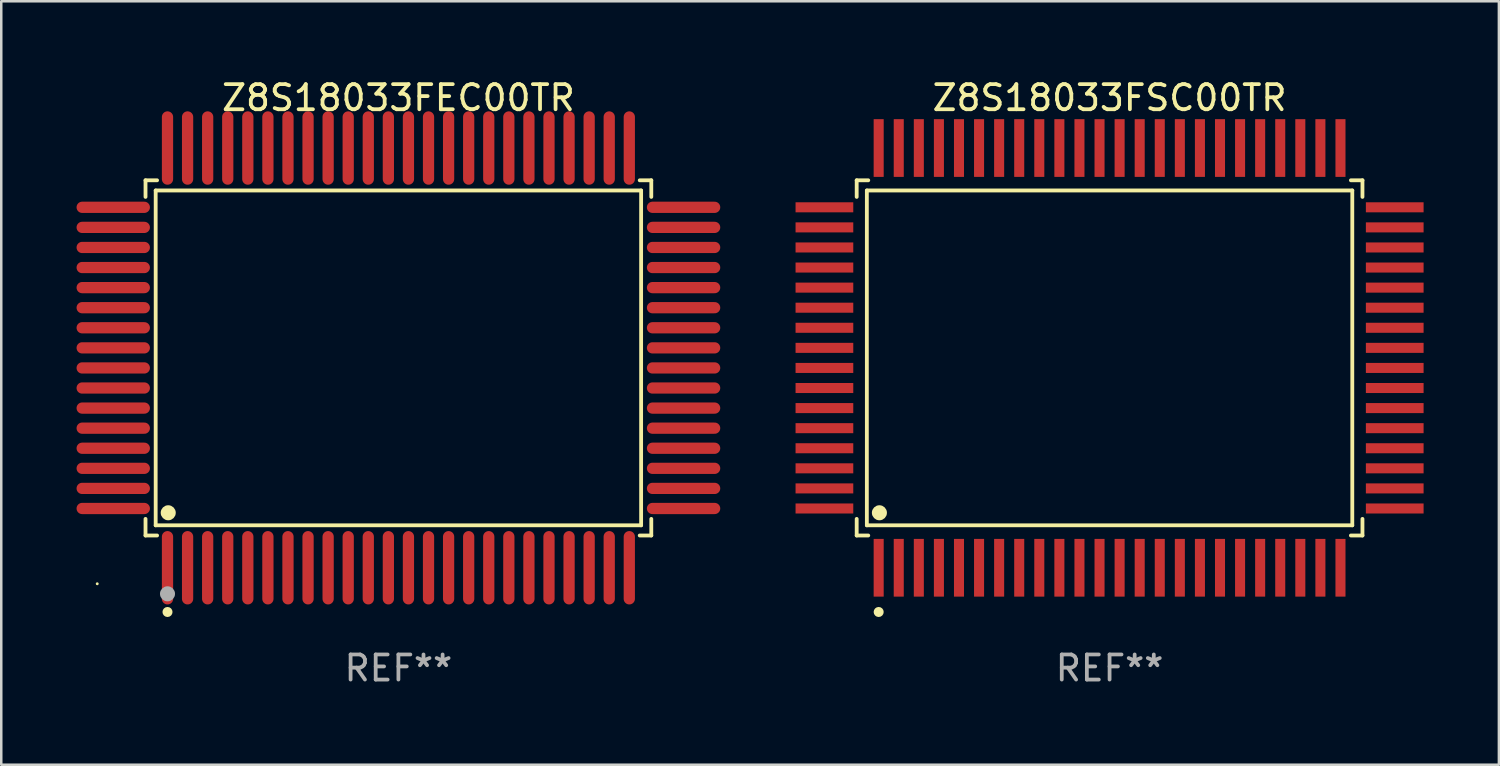
<source format=kicad_pcb>
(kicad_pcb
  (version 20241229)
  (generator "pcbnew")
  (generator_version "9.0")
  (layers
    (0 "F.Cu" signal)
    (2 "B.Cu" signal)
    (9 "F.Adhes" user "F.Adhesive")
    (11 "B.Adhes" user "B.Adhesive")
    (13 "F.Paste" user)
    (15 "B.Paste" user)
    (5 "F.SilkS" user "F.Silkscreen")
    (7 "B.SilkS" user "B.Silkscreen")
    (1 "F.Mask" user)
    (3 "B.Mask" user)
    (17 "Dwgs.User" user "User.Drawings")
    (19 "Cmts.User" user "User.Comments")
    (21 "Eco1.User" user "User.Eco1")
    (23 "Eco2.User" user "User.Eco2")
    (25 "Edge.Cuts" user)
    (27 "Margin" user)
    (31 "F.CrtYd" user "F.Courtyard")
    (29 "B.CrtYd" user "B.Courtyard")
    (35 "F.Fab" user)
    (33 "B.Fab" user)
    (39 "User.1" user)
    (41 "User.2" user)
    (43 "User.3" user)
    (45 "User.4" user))
  (footprint "Z8S18033FSC00TR"
    (layer "F.Cu")
    (at 41.16 11.21)
    (property "Reference" "Z8S18033FSC00TR" (at 0 -10.362 0) (layer "F.SilkS") (effects (font (size 1 1) (thickness 0.15))))
    (attr through_hole)
    (fp_line (start -10.076 -7.076) (end -9.615 -7.076) (stroke (width 0.152) (type solid)) (layer "F.SilkS"))
    (fp_line (start -10.076 -6.415) (end -10.076 -7.076) (stroke (width 0.152) (type solid)) (layer "F.SilkS"))
    (fp_line (start -10.076 6.415) (end -10.076 7.076) (stroke (width 0.152) (type solid)) (layer "F.SilkS"))
    (fp_line (start -10.076 7.076) (end -9.615 7.076) (stroke (width 0.152) (type solid)) (layer "F.SilkS"))
    (fp_line (start -9.671 -6.671) (end 9.671 -6.671) (stroke (width 0.152) (type solid)) (layer "F.SilkS"))
    (fp_line (start -9.671 6.671) (end -9.671 -6.671) (stroke (width 0.152) (type solid)) (layer "F.SilkS"))
    (fp_line (start 9.671 -6.671) (end 9.671 6.671) (stroke (width 0.152) (type solid)) (layer "F.SilkS"))
    (fp_line (start 9.671 6.671) (end -9.671 6.671) (stroke (width 0.152) (type solid)) (layer "F.SilkS"))
    (fp_line (start 10.076 -7.076) (end 9.615 -7.076) (stroke (width 0.152) (type solid)) (layer "F.SilkS"))
    (fp_line (start 10.076 -6.415) (end 10.076 -7.076) (stroke (width 0.152) (type solid)) (layer "F.SilkS"))
    (fp_line (start 10.076 6.415) (end 10.076 7.076) (stroke (width 0.152) (type solid)) (layer "F.SilkS"))
    (fp_line (start 10.076 7.076) (end 9.615 7.076) (stroke (width 0.152) (type solid)) (layer "F.SilkS"))
    (fp_circle (center -9.2 10.124) (end -9.1 10.124) (stroke (width 0.2) (type solid)) (fill no) (layer "F.SilkS"))
    (fp_circle (center -9.171 6.171) (end -9.021 6.171) (stroke (width 0.3) (type solid)) (fill no) (layer "F.SilkS"))
    (fp_text user "REF**" (at 0 12.362 0) (layer "F.Fab") (effects (font (size 1 1) (thickness 0.15))))
    (pad "1" smd rect (at -9.2 8.362) (size 0.4 2.3) (layers "F.Cu" "F.Mask" "F.Paste"))
    (pad "2" smd rect (at -8.4 8.362) (size 0.4 2.3) (layers "F.Cu" "F.Mask" "F.Paste"))
    (pad "3" smd rect (at -7.6 8.362) (size 0.4 2.3) (layers "F.Cu" "F.Mask" "F.Paste"))
    (pad "4" smd rect (at -6.8 8.362) (size 0.4 2.3) (layers "F.Cu" "F.Mask" "F.Paste"))
    (pad "5" smd rect (at -6 8.362) (size 0.4 2.3) (layers "F.Cu" "F.Mask" "F.Paste"))
    (pad "6" smd rect (at -5.2 8.362) (size 0.4 2.3) (layers "F.Cu" "F.Mask" "F.Paste"))
    (pad "7" smd rect (at -4.4 8.362) (size 0.4 2.3) (layers "F.Cu" "F.Mask" "F.Paste"))
    (pad "8" smd rect (at -3.6 8.362) (size 0.4 2.3) (layers "F.Cu" "F.Mask" "F.Paste"))
    (pad "9" smd rect (at -2.8 8.362) (size 0.4 2.3) (layers "F.Cu" "F.Mask" "F.Paste"))
    (pad "10" smd rect (at -2 8.362) (size 0.4 2.3) (layers "F.Cu" "F.Mask" "F.Paste"))
    (pad "11" smd rect (at -1.2 8.362) (size 0.4 2.3) (layers "F.Cu" "F.Mask" "F.Paste"))
    (pad "12" smd rect (at -0.4 8.362) (size 0.4 2.3) (layers "F.Cu" "F.Mask" "F.Paste"))
    (pad "13" smd rect (at 0.4 8.362) (size 0.4 2.3) (layers "F.Cu" "F.Mask" "F.Paste"))
    (pad "14" smd rect (at 1.2 8.362) (size 0.4 2.3) (layers "F.Cu" "F.Mask" "F.Paste"))
    (pad "15" smd rect (at 2 8.362) (size 0.4 2.3) (layers "F.Cu" "F.Mask" "F.Paste"))
    (pad "16" smd rect (at 2.8 8.362) (size 0.4 2.3) (layers "F.Cu" "F.Mask" "F.Paste"))
    (pad "17" smd rect (at 3.6 8.362) (size 0.4 2.3) (layers "F.Cu" "F.Mask" "F.Paste"))
    (pad "18" smd rect (at 4.4 8.362) (size 0.4 2.3) (layers "F.Cu" "F.Mask" "F.Paste"))
    (pad "19" smd rect (at 5.2 8.362) (size 0.4 2.3) (layers "F.Cu" "F.Mask" "F.Paste"))
    (pad "20" smd rect (at 6 8.362) (size 0.4 2.3) (layers "F.Cu" "F.Mask" "F.Paste"))
    (pad "21" smd rect (at 6.8 8.362) (size 0.4 2.3) (layers "F.Cu" "F.Mask" "F.Paste"))
    (pad "22" smd rect (at 7.6 8.362) (size 0.4 2.3) (layers "F.Cu" "F.Mask" "F.Paste"))
    (pad "23" smd rect (at 8.4 8.362) (size 0.4 2.3) (layers "F.Cu" "F.Mask" "F.Paste"))
    (pad "24" smd rect (at 9.2 8.362) (size 0.4 2.3) (layers "F.Cu" "F.Mask" "F.Paste"))
    (pad "25" smd rect (at 11.362 6) (size 2.3 0.4) (layers "F.Cu" "F.Mask" "F.Paste"))
    (pad "26" smd rect (at 11.362 5.2) (size 2.3 0.4) (layers "F.Cu" "F.Mask" "F.Paste"))
    (pad "27" smd rect (at 11.362 4.4) (size 2.3 0.4) (layers "F.Cu" "F.Mask" "F.Paste"))
    (pad "28" smd rect (at 11.362 3.6) (size 2.3 0.4) (layers "F.Cu" "F.Mask" "F.Paste"))
    (pad "29" smd rect (at 11.362 2.8) (size 2.3 0.4) (layers "F.Cu" "F.Mask" "F.Paste"))
    (pad "30" smd rect (at 11.362 2) (size 2.3 0.4) (layers "F.Cu" "F.Mask" "F.Paste"))
    (pad "31" smd rect (at 11.362 1.2) (size 2.3 0.4) (layers "F.Cu" "F.Mask" "F.Paste"))
    (pad "32" smd rect (at 11.362 0.4) (size 2.3 0.4) (layers "F.Cu" "F.Mask" "F.Paste"))
    (pad "33" smd rect (at 11.362 -0.4) (size 2.3 0.4) (layers "F.Cu" "F.Mask" "F.Paste"))
    (pad "34" smd rect (at 11.362 -1.2) (size 2.3 0.4) (layers "F.Cu" "F.Mask" "F.Paste"))
    (pad "35" smd rect (at 11.362 -2) (size 2.3 0.4) (layers "F.Cu" "F.Mask" "F.Paste"))
    (pad "36" smd rect (at 11.362 -2.8) (size 2.3 0.4) (layers "F.Cu" "F.Mask" "F.Paste"))
    (pad "37" smd rect (at 11.362 -3.6) (size 2.3 0.4) (layers "F.Cu" "F.Mask" "F.Paste"))
    (pad "38" smd rect (at 11.362 -4.4) (size 2.3 0.4) (layers "F.Cu" "F.Mask" "F.Paste"))
    (pad "39" smd rect (at 11.362 -5.2) (size 2.3 0.4) (layers "F.Cu" "F.Mask" "F.Paste"))
    (pad "40" smd rect (at 11.362 -6) (size 2.3 0.4) (layers "F.Cu" "F.Mask" "F.Paste"))
    (pad "41" smd rect (at 9.2 -8.362) (size 0.4 2.3) (layers "F.Cu" "F.Mask" "F.Paste"))
    (pad "42" smd rect (at 8.4 -8.362) (size 0.4 2.3) (layers "F.Cu" "F.Mask" "F.Paste"))
    (pad "43" smd rect (at 7.6 -8.362) (size 0.4 2.3) (layers "F.Cu" "F.Mask" "F.Paste"))
    (pad "44" smd rect (at 6.8 -8.362) (size 0.4 2.3) (layers "F.Cu" "F.Mask" "F.Paste"))
    (pad "45" smd rect (at 6 -8.362) (size 0.4 2.3) (layers "F.Cu" "F.Mask" "F.Paste"))
    (pad "46" smd rect (at 5.2 -8.362) (size 0.4 2.3) (layers "F.Cu" "F.Mask" "F.Paste"))
    (pad "47" smd rect (at 4.4 -8.362) (size 0.4 2.3) (layers "F.Cu" "F.Mask" "F.Paste"))
    (pad "48" smd rect (at 3.6 -8.362) (size 0.4 2.3) (layers "F.Cu" "F.Mask" "F.Paste"))
    (pad "49" smd rect (at 2.8 -8.362) (size 0.4 2.3) (layers "F.Cu" "F.Mask" "F.Paste"))
    (pad "50" smd rect (at 2 -8.362) (size 0.4 2.3) (layers "F.Cu" "F.Mask" "F.Paste"))
    (pad "51" smd rect (at 1.2 -8.362) (size 0.4 2.3) (layers "F.Cu" "F.Mask" "F.Paste"))
    (pad "52" smd rect (at 0.4 -8.362) (size 0.4 2.3) (layers "F.Cu" "F.Mask" "F.Paste"))
    (pad "53" smd rect (at -0.4 -8.362) (size 0.4 2.3) (layers "F.Cu" "F.Mask" "F.Paste"))
    (pad "54" smd rect (at -1.2 -8.362) (size 0.4 2.3) (layers "F.Cu" "F.Mask" "F.Paste"))
    (pad "55" smd rect (at -2 -8.362) (size 0.4 2.3) (layers "F.Cu" "F.Mask" "F.Paste"))
    (pad "56" smd rect (at -2.8 -8.362) (size 0.4 2.3) (layers "F.Cu" "F.Mask" "F.Paste"))
    (pad "57" smd rect (at -3.6 -8.362) (size 0.4 2.3) (layers "F.Cu" "F.Mask" "F.Paste"))
    (pad "58" smd rect (at -4.4 -8.362) (size 0.4 2.3) (layers "F.Cu" "F.Mask" "F.Paste"))
    (pad "59" smd rect (at -5.2 -8.362) (size 0.4 2.3) (layers "F.Cu" "F.Mask" "F.Paste"))
    (pad "60" smd rect (at -6 -8.362) (size 0.4 2.3) (layers "F.Cu" "F.Mask" "F.Paste"))
    (pad "61" smd rect (at -6.8 -8.362) (size 0.4 2.3) (layers "F.Cu" "F.Mask" "F.Paste"))
    (pad "62" smd rect (at -7.6 -8.362) (size 0.4 2.3) (layers "F.Cu" "F.Mask" "F.Paste"))
    (pad "63" smd rect (at -8.4 -8.362) (size 0.4 2.3) (layers "F.Cu" "F.Mask" "F.Paste"))
    (pad "64" smd rect (at -9.2 -8.362) (size 0.4 2.3) (layers "F.Cu" "F.Mask" "F.Paste"))
    (pad "65" smd rect (at -11.362 -6) (size 2.3 0.4) (layers "F.Cu" "F.Mask" "F.Paste"))
    (pad "66" smd rect (at -11.362 -5.2) (size 2.3 0.4) (layers "F.Cu" "F.Mask" "F.Paste"))
    (pad "67" smd rect (at -11.362 -4.4) (size 2.3 0.4) (layers "F.Cu" "F.Mask" "F.Paste"))
    (pad "68" smd rect (at -11.362 -3.6) (size 2.3 0.4) (layers "F.Cu" "F.Mask" "F.Paste"))
    (pad "69" smd rect (at -11.362 -2.8) (size 2.3 0.4) (layers "F.Cu" "F.Mask" "F.Paste"))
    (pad "70" smd rect (at -11.362 -2) (size 2.3 0.4) (layers "F.Cu" "F.Mask" "F.Paste"))
    (pad "71" smd rect (at -11.362 -1.2) (size 2.3 0.4) (layers "F.Cu" "F.Mask" "F.Paste"))
    (pad "72" smd rect (at -11.362 -0.4) (size 2.3 0.4) (layers "F.Cu" "F.Mask" "F.Paste"))
    (pad "73" smd rect (at -11.362 0.4) (size 2.3 0.4) (layers "F.Cu" "F.Mask" "F.Paste"))
    (pad "74" smd rect (at -11.362 1.2) (size 2.3 0.4) (layers "F.Cu" "F.Mask" "F.Paste"))
    (pad "75" smd rect (at -11.362 2) (size 2.3 0.4) (layers "F.Cu" "F.Mask" "F.Paste"))
    (pad "76" smd rect (at -11.362 2.8) (size 2.3 0.4) (layers "F.Cu" "F.Mask" "F.Paste"))
    (pad "77" smd rect (at -11.362 3.6) (size 2.3 0.4) (layers "F.Cu" "F.Mask" "F.Paste"))
    (pad "78" smd rect (at -11.362 4.4) (size 2.3 0.4) (layers "F.Cu" "F.Mask" "F.Paste"))
    (pad "79" smd rect (at -11.362 5.2) (size 2.3 0.4) (layers "F.Cu" "F.Mask" "F.Paste"))
    (pad "80" smd rect (at -11.362 6) (size 2.3 0.4) (layers "F.Cu" "F.Mask" "F.Paste")))
  (footprint "Z8S18033FEC00TR"
    (layer "F.Cu")
    (at 12.824 11.21)
    (property "Reference" "Z8S18033FEC00TR" (at 0 -10.362 0) (layer "F.SilkS") (effects (font (size 1 1) (thickness 0.15))))
    (attr through_hole)
    (fp_line (start -10.076 -7.076) (end -9.615 -7.076) (stroke (width 0.152) (type solid)) (layer "F.SilkS"))
    (fp_line (start -10.076 -6.415) (end -10.076 -7.076) (stroke (width 0.152) (type solid)) (layer "F.SilkS"))
    (fp_line (start -10.076 6.415) (end -10.076 7.076) (stroke (width 0.152) (type solid)) (layer "F.SilkS"))
    (fp_line (start -10.076 7.076) (end -9.615 7.076) (stroke (width 0.152) (type solid)) (layer "F.SilkS"))
    (fp_line (start -9.671 -6.671) (end 9.671 -6.671) (stroke (width 0.152) (type solid)) (layer "F.SilkS"))
    (fp_line (start -9.671 6.671) (end -9.671 -6.671) (stroke (width 0.152) (type solid)) (layer "F.SilkS"))
    (fp_line (start 9.671 -6.671) (end 9.671 6.671) (stroke (width 0.152) (type solid)) (layer "F.SilkS"))
    (fp_line (start 9.671 6.671) (end -9.671 6.671) (stroke (width 0.152) (type solid)) (layer "F.SilkS"))
    (fp_line (start 10.076 -7.076) (end 9.615 -7.076) (stroke (width 0.152) (type solid)) (layer "F.SilkS"))
    (fp_line (start 10.076 -6.415) (end 10.076 -7.076) (stroke (width 0.152) (type solid)) (layer "F.SilkS"))
    (fp_line (start 10.076 6.415) (end 10.076 7.076) (stroke (width 0.152) (type solid)) (layer "F.SilkS"))
    (fp_line (start 10.076 7.076) (end 9.615 7.076) (stroke (width 0.152) (type solid)) (layer "F.SilkS"))
    (fp_circle (center -12 9) (end -11.97 9) (stroke (width 0.06) (type solid)) (fill no) (layer "F.SilkS"))
    (fp_circle (center -9.2 10.124) (end -9.1 10.124) (stroke (width 0.2) (type solid)) (fill no) (layer "F.SilkS"))
    (fp_circle (center -9.171 6.171) (end -9.021 6.171) (stroke (width 0.3) (type solid)) (fill no) (layer "F.SilkS"))
    (fp_circle (center -9.2 9.4) (end -9.05 9.4) (stroke (width 0.3) (type solid)) (fill no) (layer "F.Fab"))
    (fp_text user "REF**" (at 0 12.362 0) (layer "F.Fab") (effects (font (size 1 1) (thickness 0.15))))
    (pad "1" smd oval (at -9.2 8.362) (size 0.448 2.924) (layers "F.Cu" "F.Mask" "F.Paste"))
    (pad "2" smd oval (at -8.4 8.362) (size 0.448 2.924) (layers "F.Cu" "F.Mask" "F.Paste"))
    (pad "3" smd oval (at -7.6 8.362) (size 0.448 2.924) (layers "F.Cu" "F.Mask" "F.Paste"))
    (pad "4" smd oval (at -6.8 8.362) (size 0.448 2.924) (layers "F.Cu" "F.Mask" "F.Paste"))
    (pad "5" smd oval (at -6 8.362) (size 0.448 2.924) (layers "F.Cu" "F.Mask" "F.Paste"))
    (pad "6" smd oval (at -5.2 8.362) (size 0.448 2.924) (layers "F.Cu" "F.Mask" "F.Paste"))
    (pad "7" smd oval (at -4.4 8.362) (size 0.448 2.924) (layers "F.Cu" "F.Mask" "F.Paste"))
    (pad "8" smd oval (at -3.6 8.362) (size 0.448 2.924) (layers "F.Cu" "F.Mask" "F.Paste"))
    (pad "9" smd oval (at -2.8 8.362) (size 0.448 2.924) (layers "F.Cu" "F.Mask" "F.Paste"))
    (pad "10" smd oval (at -2 8.362) (size 0.448 2.924) (layers "F.Cu" "F.Mask" "F.Paste"))
    (pad "11" smd oval (at -1.2 8.362) (size 0.448 2.924) (layers "F.Cu" "F.Mask" "F.Paste"))
    (pad "12" smd oval (at -0.4 8.362) (size 0.448 2.924) (layers "F.Cu" "F.Mask" "F.Paste"))
    (pad "13" smd oval (at 0.4 8.362) (size 0.448 2.924) (layers "F.Cu" "F.Mask" "F.Paste"))
    (pad "14" smd oval (at 1.2 8.362) (size 0.448 2.924) (layers "F.Cu" "F.Mask" "F.Paste"))
    (pad "15" smd oval (at 2 8.362) (size 0.448 2.924) (layers "F.Cu" "F.Mask" "F.Paste"))
    (pad "16" smd oval (at 2.8 8.362) (size 0.448 2.924) (layers "F.Cu" "F.Mask" "F.Paste"))
    (pad "17" smd oval (at 3.6 8.362) (size 0.448 2.924) (layers "F.Cu" "F.Mask" "F.Paste"))
    (pad "18" smd oval (at 4.4 8.362) (size 0.448 2.924) (layers "F.Cu" "F.Mask" "F.Paste"))
    (pad "19" smd oval (at 5.2 8.362) (size 0.448 2.924) (layers "F.Cu" "F.Mask" "F.Paste"))
    (pad "20" smd oval (at 6 8.362) (size 0.448 2.924) (layers "F.Cu" "F.Mask" "F.Paste"))
    (pad "21" smd oval (at 6.8 8.362) (size 0.448 2.924) (layers "F.Cu" "F.Mask" "F.Paste"))
    (pad "22" smd oval (at 7.6 8.362) (size 0.448 2.924) (layers "F.Cu" "F.Mask" "F.Paste"))
    (pad "23" smd oval (at 8.4 8.362) (size 0.448 2.924) (layers "F.Cu" "F.Mask" "F.Paste"))
    (pad "24" smd oval (at 9.2 8.362) (size 0.448 2.924) (layers "F.Cu" "F.Mask" "F.Paste"))
    (pad "25" smd oval (at 11.362 6) (size 2.924 0.448) (layers "F.Cu" "F.Mask" "F.Paste"))
    (pad "26" smd oval (at 11.362 5.2) (size 2.924 0.448) (layers "F.Cu" "F.Mask" "F.Paste"))
    (pad "27" smd oval (at 11.362 4.4) (size 2.924 0.448) (layers "F.Cu" "F.Mask" "F.Paste"))
    (pad "28" smd oval (at 11.362 3.6) (size 2.924 0.448) (layers "F.Cu" "F.Mask" "F.Paste"))
    (pad "29" smd oval (at 11.362 2.8) (size 2.924 0.448) (layers "F.Cu" "F.Mask" "F.Paste"))
    (pad "30" smd oval (at 11.362 2) (size 2.924 0.448) (layers "F.Cu" "F.Mask" "F.Paste"))
    (pad "31" smd oval (at 11.362 1.2) (size 2.924 0.448) (layers "F.Cu" "F.Mask" "F.Paste"))
    (pad "32" smd oval (at 11.362 0.4) (size 2.924 0.448) (layers "F.Cu" "F.Mask" "F.Paste"))
    (pad "33" smd oval (at 11.362 -0.4) (size 2.924 0.448) (layers "F.Cu" "F.Mask" "F.Paste"))
    (pad "34" smd oval (at 11.362 -1.2) (size 2.924 0.448) (layers "F.Cu" "F.Mask" "F.Paste"))
    (pad "35" smd oval (at 11.362 -2) (size 2.924 0.448) (layers "F.Cu" "F.Mask" "F.Paste"))
    (pad "36" smd oval (at 11.362 -2.8) (size 2.924 0.448) (layers "F.Cu" "F.Mask" "F.Paste"))
    (pad "37" smd oval (at 11.362 -3.6) (size 2.924 0.448) (layers "F.Cu" "F.Mask" "F.Paste"))
    (pad "38" smd oval (at 11.362 -4.4) (size 2.924 0.448) (layers "F.Cu" "F.Mask" "F.Paste"))
    (pad "39" smd oval (at 11.362 -5.2) (size 2.924 0.448) (layers "F.Cu" "F.Mask" "F.Paste"))
    (pad "40" smd oval (at 11.362 -6) (size 2.924 0.448) (layers "F.Cu" "F.Mask" "F.Paste"))
    (pad "41" smd oval (at 9.2 -8.362) (size 0.448 2.924) (layers "F.Cu" "F.Mask" "F.Paste"))
    (pad "42" smd oval (at 8.4 -8.362) (size 0.448 2.924) (layers "F.Cu" "F.Mask" "F.Paste"))
    (pad "43" smd oval (at 7.6 -8.362) (size 0.448 2.924) (layers "F.Cu" "F.Mask" "F.Paste"))
    (pad "44" smd oval (at 6.8 -8.362) (size 0.448 2.924) (layers "F.Cu" "F.Mask" "F.Paste"))
    (pad "45" smd oval (at 6 -8.362) (size 0.448 2.924) (layers "F.Cu" "F.Mask" "F.Paste"))
    (pad "46" smd oval (at 5.2 -8.362) (size 0.448 2.924) (layers "F.Cu" "F.Mask" "F.Paste"))
    (pad "47" smd oval (at 4.4 -8.362) (size 0.448 2.924) (layers "F.Cu" "F.Mask" "F.Paste"))
    (pad "48" smd oval (at 3.6 -8.362) (size 0.448 2.924) (layers "F.Cu" "F.Mask" "F.Paste"))
    (pad "49" smd oval (at 2.8 -8.362) (size 0.448 2.924) (layers "F.Cu" "F.Mask" "F.Paste"))
    (pad "50" smd oval (at 2 -8.362) (size 0.448 2.924) (layers "F.Cu" "F.Mask" "F.Paste"))
    (pad "51" smd oval (at 1.2 -8.362) (size 0.448 2.924) (layers "F.Cu" "F.Mask" "F.Paste"))
    (pad "52" smd oval (at 0.4 -8.362) (size 0.448 2.924) (layers "F.Cu" "F.Mask" "F.Paste"))
    (pad "53" smd oval (at -0.4 -8.362) (size 0.448 2.924) (layers "F.Cu" "F.Mask" "F.Paste"))
    (pad "54" smd oval (at -1.2 -8.362) (size 0.448 2.924) (layers "F.Cu" "F.Mask" "F.Paste"))
    (pad "55" smd oval (at -2 -8.362) (size 0.448 2.924) (layers "F.Cu" "F.Mask" "F.Paste"))
    (pad "56" smd oval (at -2.8 -8.362) (size 0.448 2.924) (layers "F.Cu" "F.Mask" "F.Paste"))
    (pad "57" smd oval (at -3.6 -8.362) (size 0.448 2.924) (layers "F.Cu" "F.Mask" "F.Paste"))
    (pad "58" smd oval (at -4.4 -8.362) (size 0.448 2.924) (layers "F.Cu" "F.Mask" "F.Paste"))
    (pad "59" smd oval (at -5.2 -8.362) (size 0.448 2.924) (layers "F.Cu" "F.Mask" "F.Paste"))
    (pad "60" smd oval (at -6 -8.362) (size 0.448 2.924) (layers "F.Cu" "F.Mask" "F.Paste"))
    (pad "61" smd oval (at -6.8 -8.362) (size 0.448 2.924) (layers "F.Cu" "F.Mask" "F.Paste"))
    (pad "62" smd oval (at -7.6 -8.362) (size 0.448 2.924) (layers "F.Cu" "F.Mask" "F.Paste"))
    (pad "63" smd oval (at -8.4 -8.362) (size 0.448 2.924) (layers "F.Cu" "F.Mask" "F.Paste"))
    (pad "64" smd oval (at -9.2 -8.362) (size 0.448 2.924) (layers "F.Cu" "F.Mask" "F.Paste"))
    (pad "65" smd oval (at -11.362 -6) (size 2.924 0.448) (layers "F.Cu" "F.Mask" "F.Paste"))
    (pad "66" smd oval (at -11.362 -5.2) (size 2.924 0.448) (layers "F.Cu" "F.Mask" "F.Paste"))
    (pad "67" smd oval (at -11.362 -4.4) (size 2.924 0.448) (layers "F.Cu" "F.Mask" "F.Paste"))
    (pad "68" smd oval (at -11.362 -3.6) (size 2.924 0.448) (layers "F.Cu" "F.Mask" "F.Paste"))
    (pad "69" smd oval (at -11.362 -2.8) (size 2.924 0.448) (layers "F.Cu" "F.Mask" "F.Paste"))
    (pad "70" smd oval (at -11.362 -2) (size 2.924 0.448) (layers "F.Cu" "F.Mask" "F.Paste"))
    (pad "71" smd oval (at -11.362 -1.2) (size 2.924 0.448) (layers "F.Cu" "F.Mask" "F.Paste"))
    (pad "72" smd oval (at -11.362 -0.4) (size 2.924 0.448) (layers "F.Cu" "F.Mask" "F.Paste"))
    (pad "73" smd oval (at -11.362 0.4) (size 2.924 0.448) (layers "F.Cu" "F.Mask" "F.Paste"))
    (pad "74" smd oval (at -11.362 1.2) (size 2.924 0.448) (layers "F.Cu" "F.Mask" "F.Paste"))
    (pad "75" smd oval (at -11.362 2) (size 2.924 0.448) (layers "F.Cu" "F.Mask" "F.Paste"))
    (pad "76" smd oval (at -11.362 2.8) (size 2.924 0.448) (layers "F.Cu" "F.Mask" "F.Paste"))
    (pad "77" smd oval (at -11.362 3.6) (size 2.924 0.448) (layers "F.Cu" "F.Mask" "F.Paste"))
    (pad "78" smd oval (at -11.362 4.4) (size 2.924 0.448) (layers "F.Cu" "F.Mask" "F.Paste"))
    (pad "79" smd oval (at -11.362 5.2) (size 2.924 0.448) (layers "F.Cu" "F.Mask" "F.Paste"))
    (pad "80" smd oval (at -11.362 6) (size 2.924 0.448) (layers "F.Cu" "F.Mask" "F.Paste")))
  (gr_rect
    (start -3 -3)
    (end 56.672 27.42)
    (stroke (width 0.1) (type default))
    (fill no)
    (layer "Edge.Cuts")))
</source>
